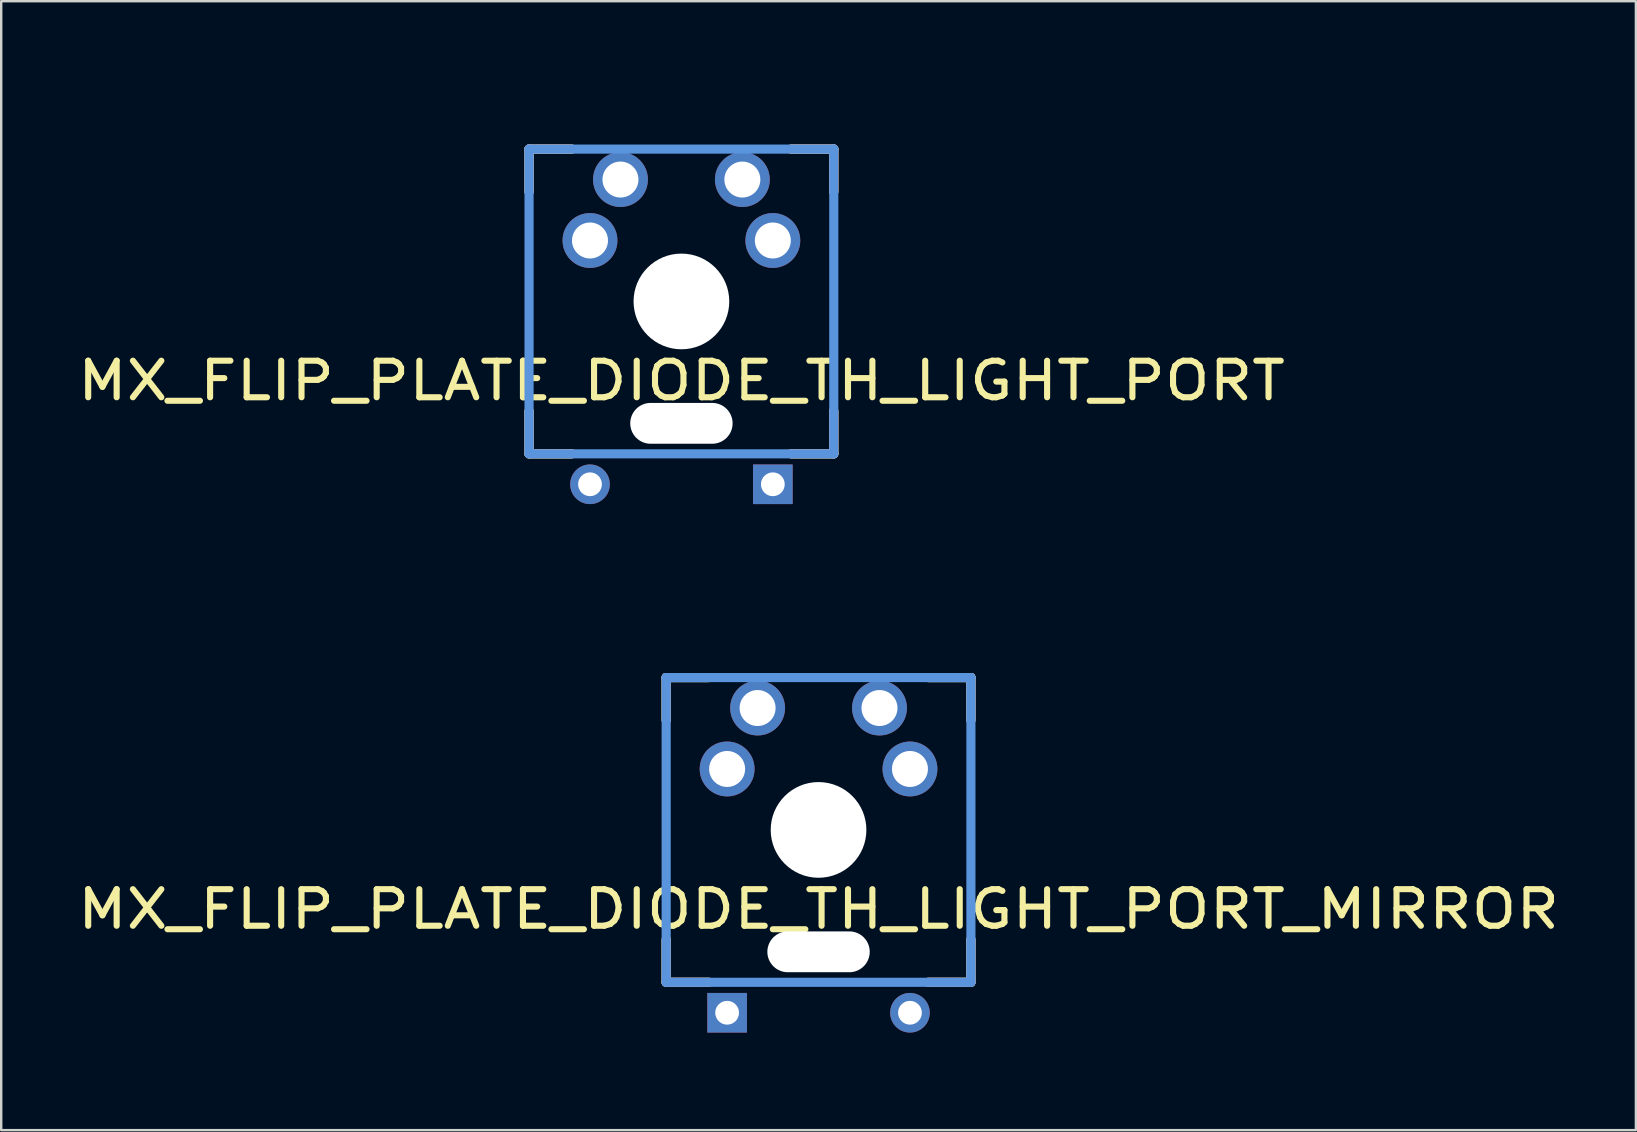
<source format=kicad_pcb>
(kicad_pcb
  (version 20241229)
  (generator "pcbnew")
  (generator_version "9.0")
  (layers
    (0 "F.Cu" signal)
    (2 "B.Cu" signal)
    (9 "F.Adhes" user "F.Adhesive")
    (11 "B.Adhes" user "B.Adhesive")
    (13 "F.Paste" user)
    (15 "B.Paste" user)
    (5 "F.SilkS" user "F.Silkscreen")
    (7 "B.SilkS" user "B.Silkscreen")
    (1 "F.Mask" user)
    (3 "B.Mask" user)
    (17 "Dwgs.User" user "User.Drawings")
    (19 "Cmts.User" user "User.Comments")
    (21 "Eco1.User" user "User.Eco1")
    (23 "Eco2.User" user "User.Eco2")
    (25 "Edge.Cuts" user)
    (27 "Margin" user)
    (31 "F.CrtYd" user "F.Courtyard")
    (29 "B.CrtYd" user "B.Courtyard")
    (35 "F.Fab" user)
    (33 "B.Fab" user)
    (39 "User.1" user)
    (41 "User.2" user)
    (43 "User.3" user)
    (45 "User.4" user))
  (footprint "MX_FLIP_PLATE_DIODE_TH_LIGHT_PORT"
    (layer "F.Cu")
    (at 25.349 9.513)
    (property "Reference" "MX_FLIP_PLATE_DIODE_TH_LIGHT_PORT" (at 0 3.302 0) (layer "F.SilkS") (effects (font (size 1.524 1.778) (thickness 0.254))))
    (attr through_hole)
    (fp_line (start -6.35 -6.35) (end -4.572 -6.35) (stroke (width 0.381) (type solid)) (layer "F.SilkS"))
    (fp_line (start -6.35 -4.572) (end -6.35 -6.35) (stroke (width 0.381) (type solid)) (layer "F.SilkS"))
    (fp_line (start -6.35 6.35) (end -6.35 4.572) (stroke (width 0.381) (type solid)) (layer "F.SilkS"))
    (fp_line (start -4.572 6.35) (end -6.35 6.35) (stroke (width 0.381) (type solid)) (layer "F.SilkS"))
    (fp_line (start 4.572 -6.35) (end 6.35 -6.35) (stroke (width 0.381) (type solid)) (layer "F.SilkS"))
    (fp_line (start 6.35 -6.35) (end 6.35 -4.572) (stroke (width 0.381) (type solid)) (layer "F.SilkS"))
    (fp_line (start 6.35 4.572) (end 6.35 6.35) (stroke (width 0.381) (type solid)) (layer "F.SilkS"))
    (fp_line (start 6.35 6.35) (end 4.572 6.35) (stroke (width 0.381) (type solid)) (layer "F.SilkS"))
    (fp_line (start -6.35 -6.35) (end -4.572 -6.35) (stroke (width 0.381) (type solid)) (layer "B.SilkS"))
    (fp_line (start -6.35 -4.572) (end -6.35 -6.35) (stroke (width 0.381) (type solid)) (layer "B.SilkS"))
    (fp_line (start -6.35 6.35) (end -6.35 4.572) (stroke (width 0.381) (type solid)) (layer "B.SilkS"))
    (fp_line (start -4.572 6.35) (end -6.35 6.35) (stroke (width 0.381) (type solid)) (layer "B.SilkS"))
    (fp_line (start 4.572 -6.35) (end 6.35 -6.35) (stroke (width 0.381) (type solid)) (layer "B.SilkS"))
    (fp_line (start 6.35 -6.35) (end 6.35 -4.572) (stroke (width 0.381) (type solid)) (layer "B.SilkS"))
    (fp_line (start 6.35 4.572) (end 6.35 6.35) (stroke (width 0.381) (type solid)) (layer "B.SilkS"))
    (fp_line (start 6.35 6.35) (end 4.572 6.35) (stroke (width 0.381) (type solid)) (layer "B.SilkS"))
    (fp_line (start -6.35 -6.35) (end 6.35 -6.35) (stroke (width 0.381) (type solid)) (layer "Cmts.User"))
    (fp_line (start -6.35 6.35) (end -6.35 -6.35) (stroke (width 0.381) (type solid)) (layer "Cmts.User"))
    (fp_line (start 6.35 -6.35) (end 6.35 6.35) (stroke (width 0.381) (type solid)) (layer "Cmts.User"))
    (fp_line (start 6.35 6.35) (end -6.35 6.35) (stroke (width 0.381) (type solid)) (layer "Cmts.User"))
    (fp_line (start -9.5 -9.5) (end 9.5 -9.5) (stroke (width 0.025) (type solid)) (layer "Eco2.User"))
    (fp_line (start -9.5 9.5) (end -9.5 -9.5) (stroke (width 0.025) (type solid)) (layer "Eco2.User"))
    (fp_line (start -7 -7) (end 7 -7) (stroke (width 0.025) (type solid)) (layer "Eco2.User"))
    (fp_line (start -7 7) (end -7 -7) (stroke (width 0.025) (type solid)) (layer "Eco2.User"))
    (fp_line (start 7 -7) (end 7 7) (stroke (width 0.025) (type solid)) (layer "Eco2.User"))
    (fp_line (start 7 7) (end -7 7) (stroke (width 0.025) (type solid)) (layer "Eco2.User"))
    (fp_line (start 9.5 -9.5) (end 9.5 9.5) (stroke (width 0.025) (type solid)) (layer "Eco2.User"))
    (fp_line (start 9.5 9.5) (end -9.5 9.5) (stroke (width 0.025) (type solid)) (layer "Eco2.User"))
    (pad "" np_thru_hole circle (at 0 0) (size 3.988 3.988) (drill 3.988) (layers "*.Cu" "*.Mask"))
    (pad "" np_thru_hole oval (at 0 5.08) (size 4.267 1.702) (drill oval 4.267 1.702) (layers "*.Cu" "*.Mask"))
    (pad "1" thru_hole circle (at 2.54 -5.08) (size 2.286 2.286) (drill 1.499) (layers "*.Cu" "*.Mask"))
    (pad "1" thru_hole circle (at 3.81 -2.54) (size 2.286 2.286) (drill 1.499) (layers "*.Cu" "*.Mask"))
    (pad "2" thru_hole circle (at -3.81 -2.54) (size 2.286 2.286) (drill 1.499) (layers "*.Cu" "*.Mask"))
    (pad "2" thru_hole circle (at -2.54 -5.08) (size 2.286 2.286) (drill 1.499) (layers "*.Cu" "*.Mask"))
    (pad "3" thru_hole circle (at -3.81 7.62) (size 1.651 1.651) (drill 0.991) (layers "*.Cu" "*.Mask"))
    (pad "4" thru_hole rect (at 3.81 7.62) (size 1.651 1.651) (drill 0.991) (layers "*.Cu" "*.Mask")))
  (footprint "MX_FLIP_PLATE_DIODE_TH_LIGHT_PORT_MIRROR"
    (layer "F.Cu")
    (at 31.064 31.538)
    (property "Reference" "MX_FLIP_PLATE_DIODE_TH_LIGHT_PORT_MIRROR" (at 0 3.302 0) (layer "F.SilkS") (effects (font (size 1.524 1.778) (thickness 0.254))))
    (attr through_hole)
    (fp_line (start -6.35 -6.35) (end -4.572 -6.35) (stroke (width 0.381) (type solid)) (layer "F.SilkS"))
    (fp_line (start -6.35 -4.572) (end -6.35 -6.35) (stroke (width 0.381) (type solid)) (layer "F.SilkS"))
    (fp_line (start -6.35 6.35) (end -6.35 4.572) (stroke (width 0.381) (type solid)) (layer "F.SilkS"))
    (fp_line (start -4.572 6.35) (end -6.35 6.35) (stroke (width 0.381) (type solid)) (layer "F.SilkS"))
    (fp_line (start 4.572 -6.35) (end 6.35 -6.35) (stroke (width 0.381) (type solid)) (layer "F.SilkS"))
    (fp_line (start 6.35 -6.35) (end 6.35 -4.572) (stroke (width 0.381) (type solid)) (layer "F.SilkS"))
    (fp_line (start 6.35 4.572) (end 6.35 6.35) (stroke (width 0.381) (type solid)) (layer "F.SilkS"))
    (fp_line (start 6.35 6.35) (end 4.572 6.35) (stroke (width 0.381) (type solid)) (layer "F.SilkS"))
    (fp_line (start -6.35 -6.35) (end -4.572 -6.35) (stroke (width 0.381) (type solid)) (layer "B.SilkS"))
    (fp_line (start -6.35 -4.572) (end -6.35 -6.35) (stroke (width 0.381) (type solid)) (layer "B.SilkS"))
    (fp_line (start -6.35 6.35) (end -6.35 4.572) (stroke (width 0.381) (type solid)) (layer "B.SilkS"))
    (fp_line (start -4.572 6.35) (end -6.35 6.35) (stroke (width 0.381) (type solid)) (layer "B.SilkS"))
    (fp_line (start 4.572 -6.35) (end 6.35 -6.35) (stroke (width 0.381) (type solid)) (layer "B.SilkS"))
    (fp_line (start 6.35 -6.35) (end 6.35 -4.572) (stroke (width 0.381) (type solid)) (layer "B.SilkS"))
    (fp_line (start 6.35 4.572) (end 6.35 6.35) (stroke (width 0.381) (type solid)) (layer "B.SilkS"))
    (fp_line (start 6.35 6.35) (end 4.572 6.35) (stroke (width 0.381) (type solid)) (layer "B.SilkS"))
    (fp_line (start -6.35 -6.35) (end 6.35 -6.35) (stroke (width 0.381) (type solid)) (layer "Cmts.User"))
    (fp_line (start -6.35 6.35) (end -6.35 -6.35) (stroke (width 0.381) (type solid)) (layer "Cmts.User"))
    (fp_line (start 6.35 -6.35) (end 6.35 6.35) (stroke (width 0.381) (type solid)) (layer "Cmts.User"))
    (fp_line (start 6.35 6.35) (end -6.35 6.35) (stroke (width 0.381) (type solid)) (layer "Cmts.User"))
    (fp_line (start -9.5 -9.5) (end 9.5 -9.5) (stroke (width 0.025) (type solid)) (layer "Eco2.User"))
    (fp_line (start -9.5 9.5) (end -9.5 -9.5) (stroke (width 0.025) (type solid)) (layer "Eco2.User"))
    (fp_line (start -7 -7) (end 7 -7) (stroke (width 0.025) (type solid)) (layer "Eco2.User"))
    (fp_line (start -7 7) (end -7 -7) (stroke (width 0.025) (type solid)) (layer "Eco2.User"))
    (fp_line (start 7 -7) (end 7 7) (stroke (width 0.025) (type solid)) (layer "Eco2.User"))
    (fp_line (start 7 7) (end -7 7) (stroke (width 0.025) (type solid)) (layer "Eco2.User"))
    (fp_line (start 9.5 -9.5) (end 9.5 9.5) (stroke (width 0.025) (type solid)) (layer "Eco2.User"))
    (fp_line (start 9.5 9.5) (end -9.5 9.5) (stroke (width 0.025) (type solid)) (layer "Eco2.User"))
    (pad "" np_thru_hole circle (at 0 0) (size 3.988 3.988) (drill 3.988) (layers "*.Cu" "*.Mask"))
    (pad "" np_thru_hole oval (at 0 5.08) (size 4.267 1.702) (drill oval 4.267 1.702) (layers "*.Cu" "*.Mask"))
    (pad "1" thru_hole circle (at -3.81 -2.54) (size 2.286 2.286) (drill 1.499) (layers "*.Cu" "*.Mask"))
    (pad "1" thru_hole circle (at -2.54 -5.08) (size 2.286 2.286) (drill 1.499) (layers "*.Cu" "*.Mask"))
    (pad "2" thru_hole circle (at 2.54 -5.08) (size 2.286 2.286) (drill 1.499) (layers "*.Cu" "*.Mask"))
    (pad "2" thru_hole circle (at 3.81 -2.54) (size 2.286 2.286) (drill 1.499) (layers "*.Cu" "*.Mask"))
    (pad "3" thru_hole circle (at 3.81 7.62) (size 1.651 1.651) (drill 0.991) (layers "*.Cu" "*.Mask"))
    (pad "4" thru_hole rect (at -3.81 7.62) (size 1.651 1.651) (drill 0.991) (layers "*.Cu" "*.Mask")))
  (gr_rect
    (start -3 -3)
    (end 65.128 44.051)
    (stroke (width 0.1) (type default))
    (fill no)
    (layer "Edge.Cuts")))
</source>
